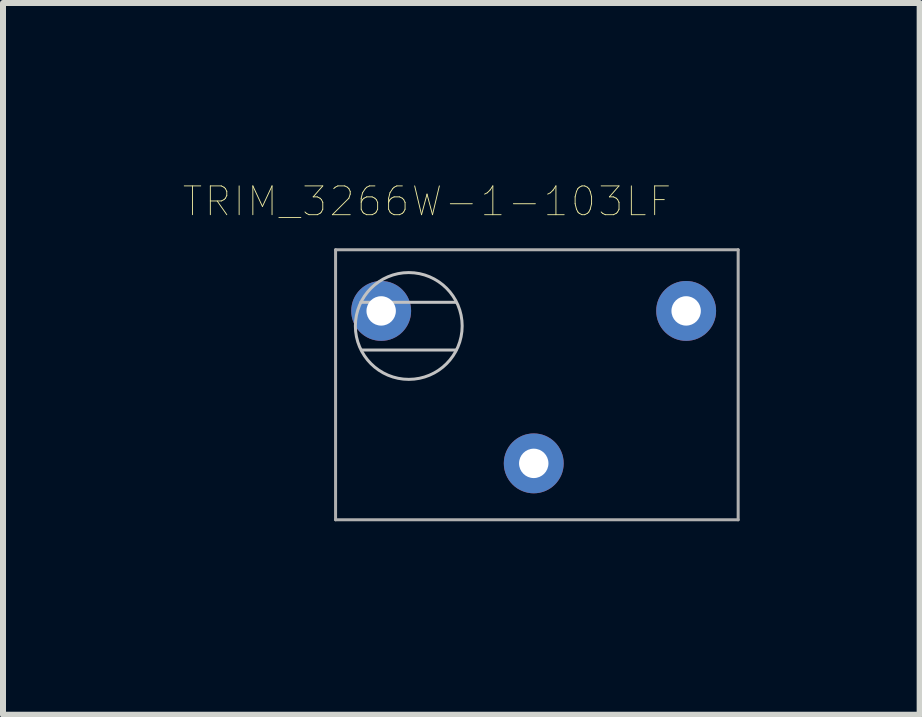
<source format=kicad_pcb>
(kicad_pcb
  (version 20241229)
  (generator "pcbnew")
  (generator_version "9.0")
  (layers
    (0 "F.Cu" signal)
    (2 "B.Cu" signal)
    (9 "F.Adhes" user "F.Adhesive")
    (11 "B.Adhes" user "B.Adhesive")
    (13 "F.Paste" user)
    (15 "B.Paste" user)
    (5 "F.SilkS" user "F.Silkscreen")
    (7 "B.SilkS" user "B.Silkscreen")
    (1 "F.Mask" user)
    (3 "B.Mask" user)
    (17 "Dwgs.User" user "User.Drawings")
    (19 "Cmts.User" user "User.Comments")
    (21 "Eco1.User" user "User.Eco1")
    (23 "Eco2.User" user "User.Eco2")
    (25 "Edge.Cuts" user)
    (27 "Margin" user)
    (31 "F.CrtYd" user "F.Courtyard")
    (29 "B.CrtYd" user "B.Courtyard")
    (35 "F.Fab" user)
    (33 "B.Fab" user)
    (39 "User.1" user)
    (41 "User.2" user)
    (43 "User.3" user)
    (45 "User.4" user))
  (footprint "TRIM_3266W-1-103LF"
    (layer "F.Cu")
    (at 2.543 5.613)
    (property "Reference" "TRIM_3266W-1-103LF" (at 1.524 -5.306 0) (layer "F.SilkS") (effects (font (size 0.48 0.48) (thickness 0.015))))
    (attr through_hole)
    (fp_line (start 2.001 -3.624) (end 0.423 -3.624) (stroke (width 0.05) (type solid)) (layer "Dwgs.User"))
    (fp_line (start 2.008 -2.829) (end 0.43 -2.829) (stroke (width 0.05) (type solid)) (layer "Dwgs.User"))
    (fp_circle (center 1.22 -3.23) (end 2.11 -3.23) (stroke (width 0.05) (type solid)) (fill no) (layer "Dwgs.User"))
    (fp_line (start 0 -4.5) (end 0 0) (stroke (width 0.05) (type solid)) (layer "F.Fab"))
    (fp_line (start 0 0) (end 6.71 0) (stroke (width 0.05) (type solid)) (layer "F.Fab"))
    (fp_line (start 0.423 -3.624) (end 0.423 -3.622) (stroke (width 0.05) (type solid)) (layer "F.Fab"))
    (fp_line (start 6.71 -4.5) (end 0 -4.5) (stroke (width 0.05) (type solid)) (layer "F.Fab"))
    (fp_line (start 6.71 0) (end 6.71 -4.5) (stroke (width 0.05) (type solid)) (layer "F.Fab"))
    (pad "1" thru_hole circle (at 0.76 -3.481) (size 0.998 0.998) (drill 0.49) (layers "*.Cu" "*.Mask"))
    (pad "2" thru_hole circle (at 3.303 -0.94) (size 0.998 0.998) (drill 0.49) (layers "*.Cu" "*.Mask"))
    (pad "3" thru_hole circle (at 5.843 -3.481) (size 0.998 0.998) (drill 0.49) (layers "*.Cu" "*.Mask")))
  (gr_rect
    (start -3 -3)
    (end 12.278 8.863)
    (stroke (width 0.1) (type default))
    (fill no)
    (layer "Edge.Cuts")))
</source>
